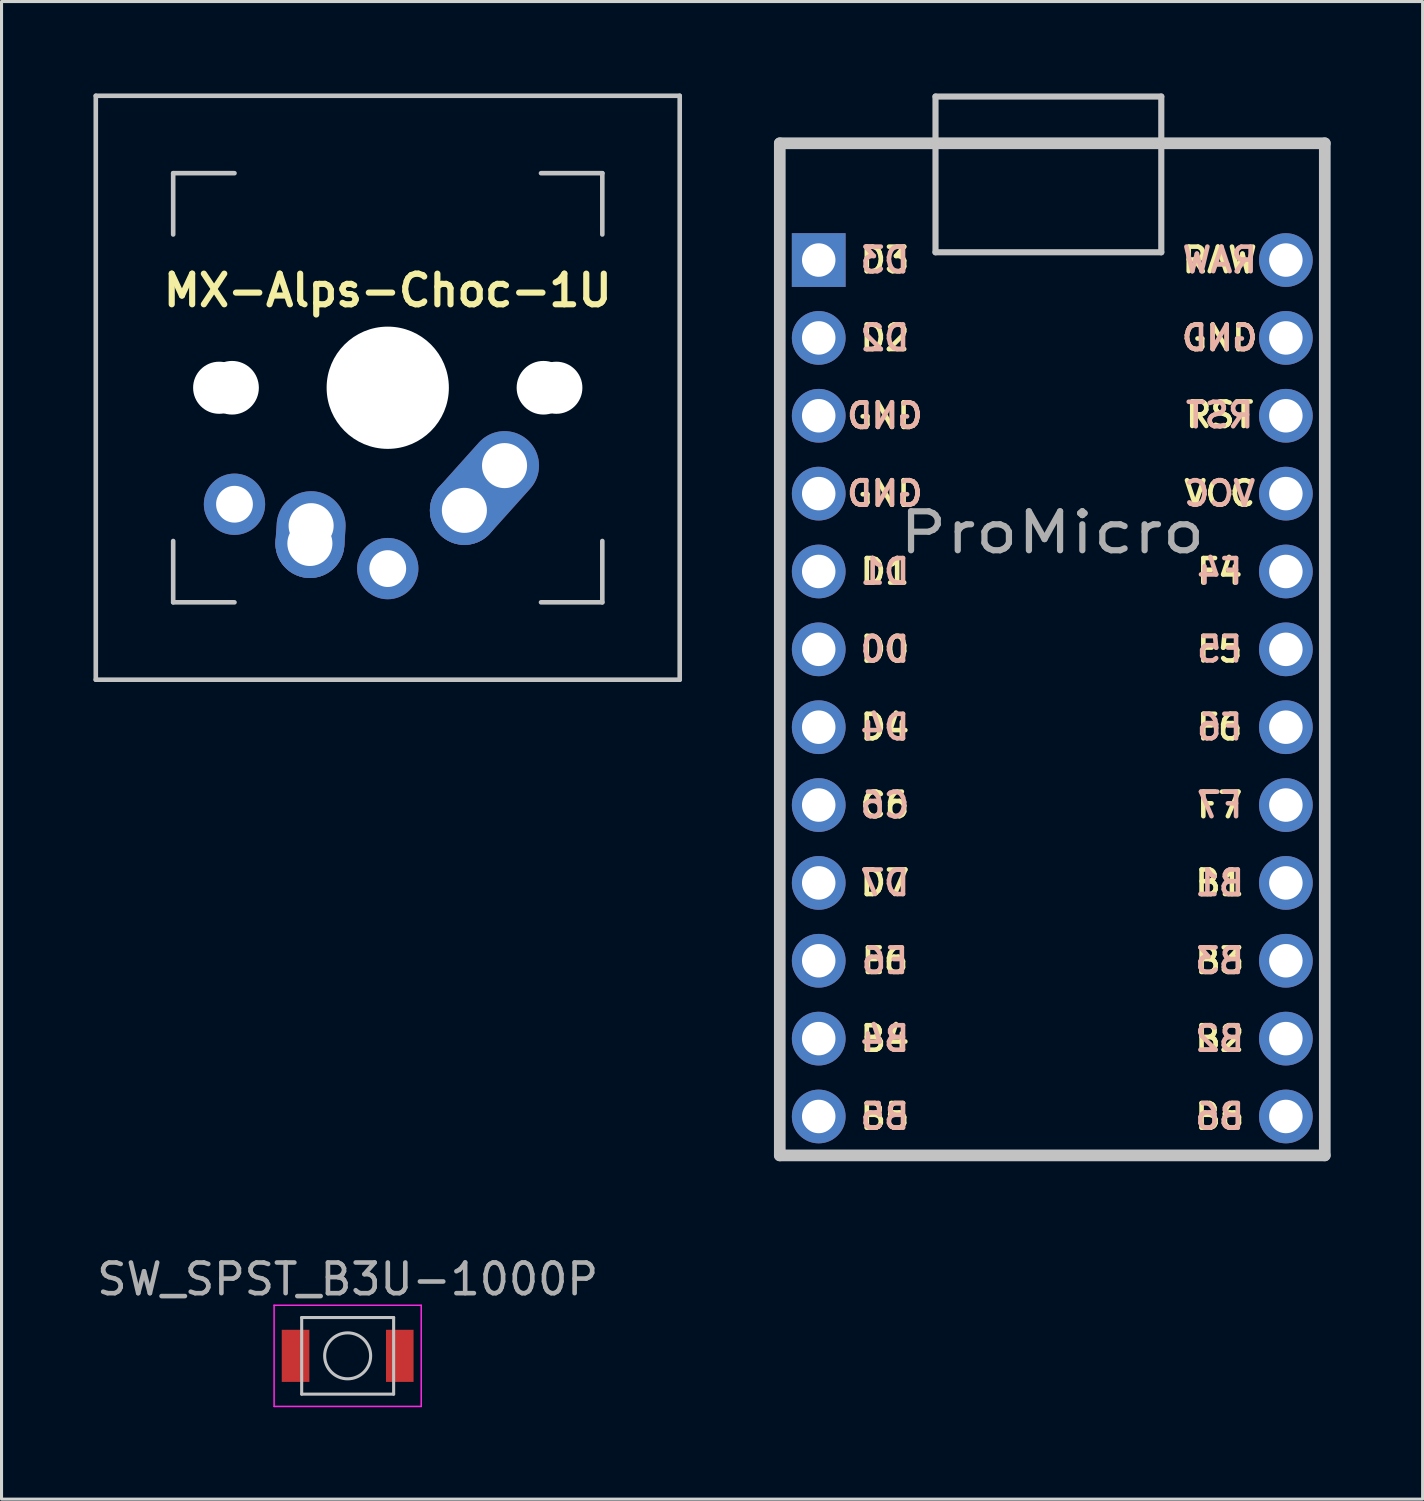
<source format=kicad_pcb>
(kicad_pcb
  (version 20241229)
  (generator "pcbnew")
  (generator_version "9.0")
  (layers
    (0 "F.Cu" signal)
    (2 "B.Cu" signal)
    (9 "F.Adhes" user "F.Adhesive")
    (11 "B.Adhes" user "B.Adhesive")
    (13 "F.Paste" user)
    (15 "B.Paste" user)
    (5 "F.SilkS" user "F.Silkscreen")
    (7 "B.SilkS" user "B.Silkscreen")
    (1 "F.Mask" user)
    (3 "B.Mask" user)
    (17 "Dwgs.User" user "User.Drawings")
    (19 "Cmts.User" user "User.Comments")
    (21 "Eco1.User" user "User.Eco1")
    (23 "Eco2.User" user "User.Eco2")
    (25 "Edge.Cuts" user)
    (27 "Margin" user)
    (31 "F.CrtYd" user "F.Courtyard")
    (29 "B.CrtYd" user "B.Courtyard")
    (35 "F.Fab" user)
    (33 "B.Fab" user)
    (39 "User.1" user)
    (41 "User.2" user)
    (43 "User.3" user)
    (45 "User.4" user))
  (footprint "MX-Alps-Choc-1U"
    (layer "F.Cu")
    (at 9.6 9.6)
    (property "Reference" "MX-Alps-Choc-1U" (at 0 -3.175 180) (layer "F.SilkS") (effects (font (size 1 1) (thickness 0.2))))
    (attr through_hole)
    (fp_line (start -9.525 -9.525) (end 9.525 -9.525) (stroke (width 0.15) (type solid)) (layer "Dwgs.User"))
    (fp_line (start -9.525 9.525) (end -9.525 -9.525) (stroke (width 0.15) (type solid)) (layer "Dwgs.User"))
    (fp_line (start -7 -7) (end -7 -5) (stroke (width 0.15) (type solid)) (layer "Dwgs.User"))
    (fp_line (start -7 7) (end -7 5) (stroke (width 0.15) (type solid)) (layer "Dwgs.User"))
    (fp_line (start -5 -7) (end -7 -7) (stroke (width 0.15) (type solid)) (layer "Dwgs.User"))
    (fp_line (start -5 7) (end -7 7) (stroke (width 0.15) (type solid)) (layer "Dwgs.User"))
    (fp_line (start 5 7) (end 7 7) (stroke (width 0.15) (type solid)) (layer "Dwgs.User"))
    (fp_line (start 7 -7) (end 5 -7) (stroke (width 0.15) (type solid)) (layer "Dwgs.User"))
    (fp_line (start 7 -5) (end 7 -7) (stroke (width 0.15) (type solid)) (layer "Dwgs.User"))
    (fp_line (start 7 7) (end 7 5) (stroke (width 0.15) (type solid)) (layer "Dwgs.User"))
    (fp_line (start 9.525 -9.525) (end 9.525 9.525) (stroke (width 0.15) (type solid)) (layer "Dwgs.User"))
    (fp_line (start 9.525 9.525) (end -9.525 9.525) (stroke (width 0.15) (type solid)) (layer "Dwgs.User"))
    (pad "" np_thru_hole circle (at -5.5 0 228.1) (size 1.7 1.7) (drill 1.7) (layers "*.Cu" "*.Mask"))
    (pad "" np_thru_hole circle (at -5.08 0 228.1) (size 1.75 1.75) (drill 1.75) (layers "*.Cu" "*.Mask"))
    (pad "" np_thru_hole circle (at 0 0 180) (size 3.988 3.988) (drill 3.988) (layers "*.Cu" "*.Mask"))
    (pad "" np_thru_hole circle (at 5.08 0 228.1) (size 1.75 1.75) (drill 1.75) (layers "*.Cu" "*.Mask"))
    (pad "" np_thru_hole circle (at 5.5 0 228.1) (size 1.7 1.7) (drill 1.7) (layers "*.Cu" "*.Mask"))
    (pad "1" thru_hole circle (at 0 5.9 180) (size 2 2) (drill 1.2) (layers "*.Cu" "*.Mask"))
    (pad "1" thru_hole circle (at 2.5 4 180) (size 2.25 2.25) (drill 1.47) (layers "*.Cu" "*.Mask"))
    (pad "1" thru_hole oval (at 3.81 2.54 228.1) (size 4.212 2.25) (drill 1.47 (offset 0.981 0)) (layers "*.Cu" "*.Mask"))
    (pad "2" thru_hole circle (at -5 3.8 180) (size 2 2) (drill 1.2) (layers "*.Cu" "*.Mask"))
    (pad "2" thru_hole circle (at -2.54 5.08 180) (size 2.25 2.25) (drill 1.47) (layers "*.Cu" "*.Mask"))
    (pad "2" thru_hole oval (at -2.5 4.5 266.1) (size 2.831 2.25) (drill 1.47 (offset 0.291 0)) (layers "*.Cu" "*.Mask")))
  (footprint "ProMicro"
    (layer "F.Cu")
    (at 31.28 16.864)
    (property "Reference" "ProMicro" (at 0 -2.54 0) (layer "F.Fab") (effects (font (size 1.27 1.524) (thickness 0.203))))
    (attr through_hole)
    (fp_line (start -8.89 -15.24) (end -8.89 17.78) (stroke (width 0.381) (type solid)) (layer "Dwgs.User"))
    (fp_line (start -8.89 17.78) (end 8.89 17.78) (stroke (width 0.381) (type solid)) (layer "Dwgs.User"))
    (fp_line (start -3.81 -16.764) (end 3.556 -16.764) (stroke (width 0.2) (type solid)) (layer "Dwgs.User"))
    (fp_line (start -3.81 -11.684) (end -3.81 -16.764) (stroke (width 0.2) (type solid)) (layer "Dwgs.User"))
    (fp_line (start 3.556 -16.764) (end 3.556 -11.684) (stroke (width 0.2) (type solid)) (layer "Dwgs.User"))
    (fp_line (start 3.556 -11.684) (end -3.81 -11.684) (stroke (width 0.2) (type solid)) (layer "Dwgs.User"))
    (fp_line (start 8.89 -15.24) (end -8.89 -15.24) (stroke (width 0.381) (type solid)) (layer "Dwgs.User"))
    (fp_line (start 8.89 17.78) (end 8.89 -15.24) (stroke (width 0.381) (type solid)) (layer "Dwgs.User"))
    (fp_text user "B5" (at -5.461 16.51 0) (layer "F.SilkS") (effects (font (size 0.8 0.8) (thickness 0.15))))
    (fp_text user "F5" (at 5.461 1.27 0) (layer "F.SilkS") (effects (font (size 0.8 0.8) (thickness 0.15))))
    (fp_text user "F4" (at 5.461 -1.27 0) (layer "F.SilkS") (effects (font (size 0.8 0.8) (thickness 0.15))))
    (fp_text user "F7" (at 5.461 6.35 0) (layer "F.SilkS") (effects (font (size 0.8 0.8) (thickness 0.15))))
    (fp_text user "D3" (at -5.461 -11.43 0) (layer "F.SilkS") (effects (font (size 0.8 0.8) (thickness 0.15))))
    (fp_text user "C6" (at -5.461 6.35 0) (layer "F.SilkS") (effects (font (size 0.8 0.8) (thickness 0.15))))
    (fp_text user "GND" (at -5.461 -6.35 0) (layer "F.SilkS") (effects (font (size 0.8 0.8) (thickness 0.15))))
    (fp_text user "B3" (at 5.461 11.43 0) (layer "F.SilkS") (effects (font (size 0.8 0.8) (thickness 0.15))))
    (fp_text user "F6" (at 5.461 3.81 0) (layer "F.SilkS") (effects (font (size 0.8 0.8) (thickness 0.15))))
    (fp_text user "B1" (at 5.461 8.89 0) (layer "F.SilkS") (effects (font (size 0.8 0.8) (thickness 0.15))))
    (fp_text user "D0" (at -5.461 1.27 0) (layer "F.SilkS") (effects (font (size 0.8 0.8) (thickness 0.15))))
    (fp_text user "D7" (at -5.461 8.89 0) (layer "F.SilkS") (effects (font (size 0.8 0.8) (thickness 0.15))))
    (fp_text user "D1" (at -5.461 -1.27 0) (layer "F.SilkS") (effects (font (size 0.8 0.8) (thickness 0.15))))
    (fp_text user "GND" (at 5.461 -8.89 0) (layer "F.SilkS") (effects (font (size 0.8 0.8) (thickness 0.15))))
    (fp_text user "E6" (at -5.461 11.43 0) (layer "F.SilkS") (effects (font (size 0.8 0.8) (thickness 0.15))))
    (fp_text user "VCC" (at 5.461 -3.81 0) (layer "F.SilkS") (effects (font (size 0.8 0.8) (thickness 0.15))))
    (fp_text user "RST" (at 5.461 -6.38 0) (layer "F.SilkS") (effects (font (size 0.8 0.8) (thickness 0.15))))
    (fp_text user "D4" (at -5.461 3.81 0) (layer "F.SilkS") (effects (font (size 0.8 0.8) (thickness 0.15))))
    (fp_text user "GND" (at -5.461 -3.81 0) (layer "F.SilkS") (effects (font (size 0.8 0.8) (thickness 0.15))))
    (fp_text user "B4" (at -5.461 13.97 0) (layer "F.SilkS") (effects (font (size 0.8 0.8) (thickness 0.15))))
    (fp_text user "D2" (at -5.461 -8.89 0) (layer "F.SilkS") (effects (font (size 0.8 0.8) (thickness 0.15))))
    (fp_text user "B2" (at 5.461 13.97 0) (layer "F.SilkS") (effects (font (size 0.8 0.8) (thickness 0.15))))
    (fp_text user "RAW" (at 5.461 -11.43 0) (layer "F.SilkS") (effects (font (size 0.8 0.8) (thickness 0.15))))
    (fp_text user "B6" (at 5.461 16.51 0) (layer "F.SilkS") (effects (font (size 0.8 0.8) (thickness 0.15))))
    (fp_text user "F6" (at 5.461 3.81 0) (layer "B.SilkS") (effects (font (size 0.8 0.8) (thickness 0.15)) (justify mirror)))
    (fp_text user "D2" (at -5.461 -8.89 0) (layer "B.SilkS") (effects (font (size 0.8 0.8) (thickness 0.15)) (justify mirror)))
    (fp_text user "B6" (at 5.461 16.51 0) (layer "B.SilkS") (effects (font (size 0.8 0.8) (thickness 0.15)) (justify mirror)))
    (fp_text user "C6" (at -5.461 6.35 0) (layer "B.SilkS") (effects (font (size 0.8 0.8) (thickness 0.15)) (justify mirror)))
    (fp_text user "F5" (at 5.461 1.27 0) (layer "B.SilkS") (effects (font (size 0.8 0.8) (thickness 0.15)) (justify mirror)))
    (fp_text user "D7" (at -5.461 8.89 0) (layer "B.SilkS") (effects (font (size 0.8 0.8) (thickness 0.15)) (justify mirror)))
    (fp_text user "B4" (at -5.461 13.97 0) (layer "B.SilkS") (effects (font (size 0.8 0.8) (thickness 0.15)) (justify mirror)))
    (fp_text user "VCC" (at 5.461 -3.81 0) (layer "B.SilkS") (effects (font (size 0.8 0.8) (thickness 0.15)) (justify mirror)))
    (fp_text user "B2" (at 5.461 13.97 0) (layer "B.SilkS") (effects (font (size 0.8 0.8) (thickness 0.15)) (justify mirror)))
    (fp_text user "B3" (at 5.461 11.43 0) (layer "B.SilkS") (effects (font (size 0.8 0.8) (thickness 0.15)) (justify mirror)))
    (fp_text user "RAW" (at 5.461 -11.43 0) (layer "B.SilkS") (effects (font (size 0.8 0.8) (thickness 0.15)) (justify mirror)))
    (fp_text user "GND" (at 5.461 -8.89 0) (layer "B.SilkS") (effects (font (size 0.8 0.8) (thickness 0.15)) (justify mirror)))
    (fp_text user "RST" (at 5.461 -6.37 0) (layer "B.SilkS") (effects (font (size 0.8 0.8) (thickness 0.15)) (justify mirror)))
    (fp_text user "D1" (at -5.461 -1.27 0) (layer "B.SilkS") (effects (font (size 0.8 0.8) (thickness 0.15)) (justify mirror)))
    (fp_text user "B5" (at -5.461 16.51 0) (layer "B.SilkS") (effects (font (size 0.8 0.8) (thickness 0.15)) (justify mirror)))
    (fp_text user "F4" (at 5.461 -1.27 0) (layer "B.SilkS") (effects (font (size 0.8 0.8) (thickness 0.15)) (justify mirror)))
    (fp_text user "D0" (at -5.461 1.27 0) (layer "B.SilkS") (effects (font (size 0.8 0.8) (thickness 0.15)) (justify mirror)))
    (fp_text user "B1" (at 5.461 8.89 0) (layer "B.SilkS") (effects (font (size 0.8 0.8) (thickness 0.15)) (justify mirror)))
    (fp_text user "D4" (at -5.461 3.81 0) (layer "B.SilkS") (effects (font (size 0.8 0.8) (thickness 0.15)) (justify mirror)))
    (fp_text user "F7" (at 5.461 6.35 0) (layer "B.SilkS") (effects (font (size 0.8 0.8) (thickness 0.15)) (justify mirror)))
    (fp_text user "GND" (at -5.461 -3.81 0) (layer "B.SilkS") (effects (font (size 0.8 0.8) (thickness 0.15)) (justify mirror)))
    (fp_text user "D3" (at -5.461 -11.43 0) (layer "B.SilkS") (effects (font (size 0.8 0.8) (thickness 0.15)) (justify mirror)))
    (fp_text user "GND" (at -5.461 -6.35 0) (layer "B.SilkS") (effects (font (size 0.8 0.8) (thickness 0.15)) (justify mirror)))
    (fp_text user "E6" (at -5.461 11.43 0) (layer "B.SilkS") (effects (font (size 0.8 0.8) (thickness 0.15)) (justify mirror)))
    (pad "1" thru_hole rect (at -7.62 -11.43 270) (size 1.753 1.753) (drill 1.092) (layers "*.Cu" "*.Mask"))
    (pad "2" thru_hole circle (at -7.62 -8.89 270) (size 1.753 1.753) (drill 1.092) (layers "*.Cu" "*.Mask"))
    (pad "3" thru_hole circle (at -7.62 -6.35 270) (size 1.753 1.753) (drill 1.092) (layers "*.Cu" "*.Mask"))
    (pad "4" thru_hole circle (at -7.62 -3.81 270) (size 1.753 1.753) (drill 1.092) (layers "*.Cu" "*.Mask"))
    (pad "5" thru_hole circle (at -7.62 -1.27 270) (size 1.753 1.753) (drill 1.092) (layers "*.Cu" "*.Mask"))
    (pad "6" thru_hole circle (at -7.62 1.27 270) (size 1.753 1.753) (drill 1.092) (layers "*.Cu" "*.Mask"))
    (pad "7" thru_hole circle (at -7.62 3.81 270) (size 1.753 1.753) (drill 1.092) (layers "*.Cu" "*.Mask"))
    (pad "8" thru_hole circle (at -7.62 6.35 270) (size 1.753 1.753) (drill 1.092) (layers "*.Cu" "*.Mask"))
    (pad "9" thru_hole circle (at -7.62 8.89 270) (size 1.753 1.753) (drill 1.092) (layers "*.Cu" "*.Mask"))
    (pad "10" thru_hole circle (at -7.62 11.43 270) (size 1.753 1.753) (drill 1.092) (layers "*.Cu" "*.Mask"))
    (pad "11" thru_hole circle (at -7.62 13.97 270) (size 1.753 1.753) (drill 1.092) (layers "*.Cu" "*.Mask"))
    (pad "12" thru_hole circle (at -7.62 16.51 270) (size 1.753 1.753) (drill 1.092) (layers "*.Cu" "*.Mask"))
    (pad "13" thru_hole circle (at 7.62 16.51 270) (size 1.753 1.753) (drill 1.092) (layers "*.Cu" "*.Mask"))
    (pad "14" thru_hole circle (at 7.62 13.97 270) (size 1.753 1.753) (drill 1.092) (layers "*.Cu" "*.Mask"))
    (pad "15" thru_hole circle (at 7.62 11.43 270) (size 1.753 1.753) (drill 1.092) (layers "*.Cu" "*.Mask"))
    (pad "16" thru_hole circle (at 7.62 8.89 270) (size 1.753 1.753) (drill 1.092) (layers "*.Cu" "*.Mask"))
    (pad "17" thru_hole circle (at 7.62 6.35 270) (size 1.753 1.753) (drill 1.092) (layers "*.Cu" "*.Mask"))
    (pad "18" thru_hole circle (at 7.62 3.81 270) (size 1.753 1.753) (drill 1.092) (layers "*.Cu" "*.Mask"))
    (pad "19" thru_hole circle (at 7.62 1.27 270) (size 1.753 1.753) (drill 1.092) (layers "*.Cu" "*.Mask"))
    (pad "20" thru_hole circle (at 7.62 -1.27 270) (size 1.753 1.753) (drill 1.092) (layers "*.Cu" "*.Mask"))
    (pad "21" thru_hole circle (at 7.62 -3.81 270) (size 1.753 1.753) (drill 1.092) (layers "*.Cu" "*.Mask"))
    (pad "22" thru_hole circle (at 7.62 -6.35 270) (size 1.753 1.753) (drill 1.092) (layers "*.Cu" "*.Mask"))
    (pad "23" thru_hole circle (at 7.62 -8.89 270) (size 1.753 1.753) (drill 1.092) (layers "*.Cu" "*.Mask"))
    (pad "24" thru_hole circle (at 7.62 -11.43 270) (size 1.753 1.753) (drill 1.092) (layers "*.Cu" "*.Mask")))
  (footprint "SW_SPST_B3U-1000P"
    (layer "F.Cu")
    (at 8.292 41.183)
    (property "Reference" "SW_SPST_B3U-1000P" (at 0 -2.5 0) (layer "F.Fab") (effects (font (size 1 1) (thickness 0.15))))
    (attr smd)
    (fp_line (start -1.5 -1.25) (end 1.5 -1.25) (stroke (width 0.1) (type solid)) (layer "Dwgs.User"))
    (fp_line (start -1.5 1.25) (end -1.5 -1.25) (stroke (width 0.1) (type solid)) (layer "Dwgs.User"))
    (fp_line (start 1.5 -1.25) (end 1.5 1.25) (stroke (width 0.1) (type solid)) (layer "Dwgs.User"))
    (fp_line (start 1.5 1.25) (end -1.5 1.25) (stroke (width 0.1) (type solid)) (layer "Dwgs.User"))
    (fp_circle (center 0 0) (end 0.75 0) (stroke (width 0.1) (type solid)) (fill no) (layer "Dwgs.User"))
    (fp_line (start -2.4 -1.65) (end -2.4 1.65) (stroke (width 0.05) (type solid)) (layer "F.CrtYd"))
    (fp_line (start -2.4 1.65) (end 2.4 1.65) (stroke (width 0.05) (type solid)) (layer "F.CrtYd"))
    (fp_line (start 2.4 -1.65) (end -2.4 -1.65) (stroke (width 0.05) (type solid)) (layer "F.CrtYd"))
    (fp_line (start 2.4 1.65) (end 2.4 -1.65) (stroke (width 0.05) (type solid)) (layer "F.CrtYd"))
    (pad "1" smd rect (at -1.7 0) (size 0.9 1.7) (layers "F.Cu" "F.Mask"))
    (pad "2" smd rect (at 1.7 0) (size 0.9 1.7) (layers "F.Cu" "F.Mask")))
  (gr_rect
    (start -3 -3)
    (end 43.361 45.858)
    (stroke (width 0.1) (type default))
    (fill no)
    (layer "Edge.Cuts")))
</source>
